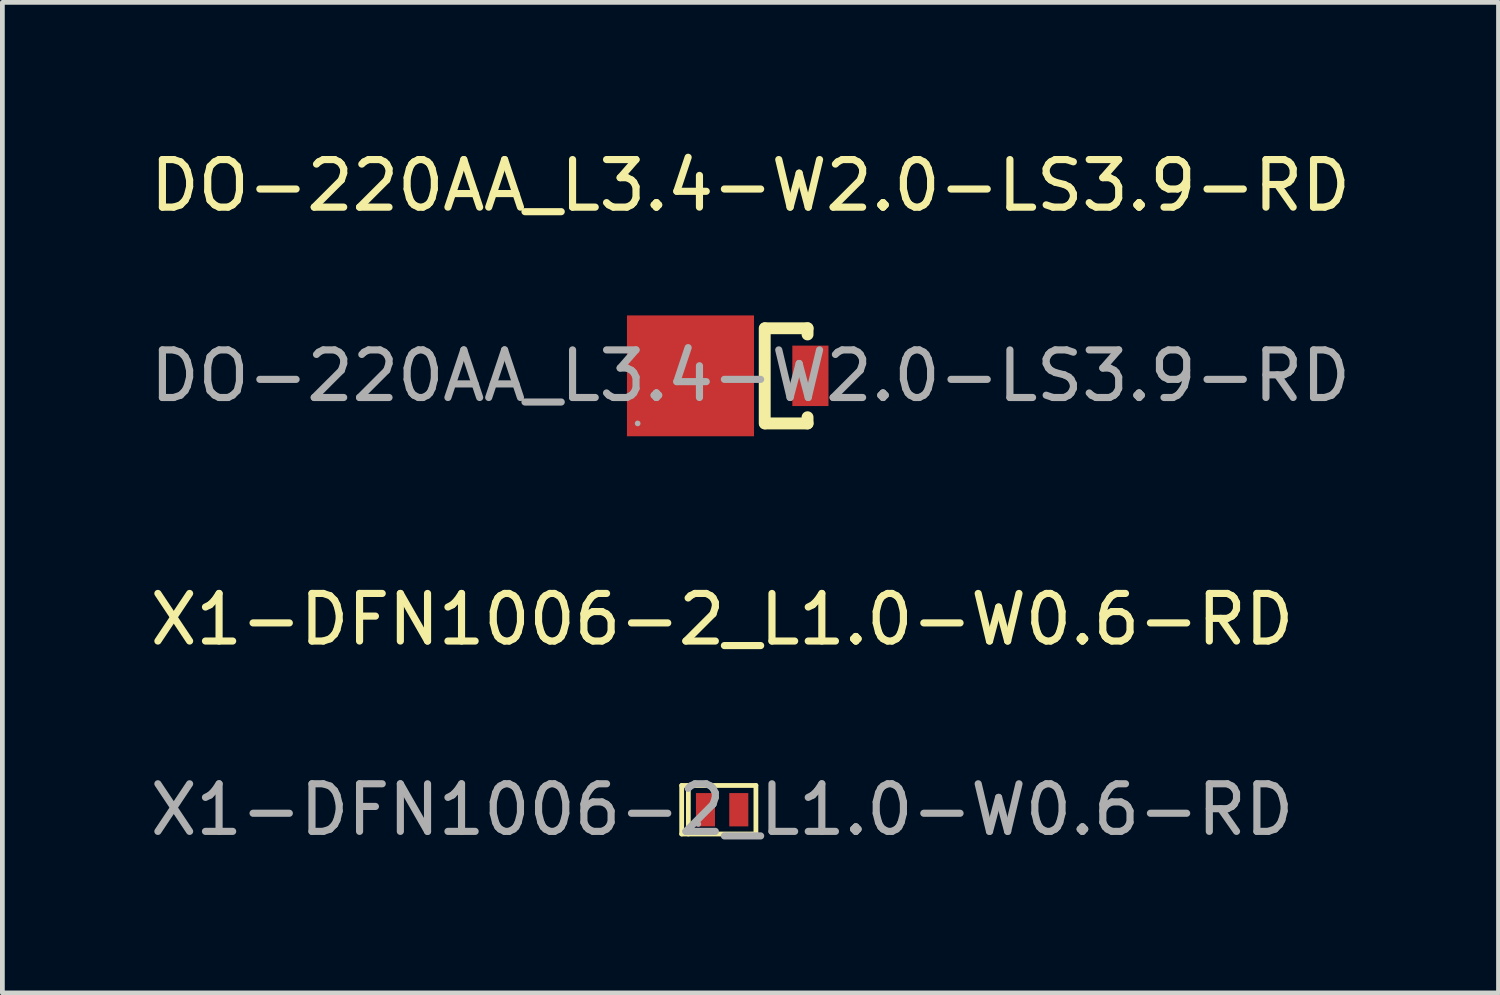
<source format=kicad_pcb>
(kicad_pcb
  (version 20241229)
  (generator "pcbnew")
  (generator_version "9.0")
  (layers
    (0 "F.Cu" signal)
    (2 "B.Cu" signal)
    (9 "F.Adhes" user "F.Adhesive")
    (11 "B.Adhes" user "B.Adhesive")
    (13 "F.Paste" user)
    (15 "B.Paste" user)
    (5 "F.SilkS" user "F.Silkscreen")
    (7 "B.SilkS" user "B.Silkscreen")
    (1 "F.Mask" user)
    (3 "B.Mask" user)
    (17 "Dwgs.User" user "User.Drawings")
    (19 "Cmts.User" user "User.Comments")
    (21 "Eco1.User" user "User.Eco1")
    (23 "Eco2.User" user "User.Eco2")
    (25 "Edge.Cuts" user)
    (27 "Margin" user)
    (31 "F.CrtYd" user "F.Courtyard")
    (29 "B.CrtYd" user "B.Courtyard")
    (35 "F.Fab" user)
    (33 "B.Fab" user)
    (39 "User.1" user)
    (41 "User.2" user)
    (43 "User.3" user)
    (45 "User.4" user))
  (footprint "X1-DFN1006-2_L1.0-W0.6-RD"
    (layer "F.Cu")
    (at 12.125 13.966)
    (property "Reference" "X1-DFN1006-2_L1.0-W0.6-RD" (at 0 -4 0) (layer "F.SilkS") (effects (font (size 1 1) (thickness 0.15))))
    (attr through_hole)
    (fp_line (start -0.85 -0.51) (end -0.85 0.51) (stroke (width 0.1) (type solid)) (layer "F.SilkS"))
    (fp_line (start -0.85 -0.51) (end 0.71 -0.51) (stroke (width 0.1) (type solid)) (layer "F.SilkS"))
    (fp_line (start -0.85 0.51) (end 0.71 0.51) (stroke (width 0.1) (type solid)) (layer "F.SilkS"))
    (fp_line (start -0.71 -0.51) (end -0.71 0.51) (stroke (width 0.1) (type solid)) (layer "F.SilkS"))
    (fp_line (start 0.71 -0.51) (end 0.71 0.51) (stroke (width 0.1) (type solid)) (layer "F.SilkS"))
    (fp_circle (center -0.5 0.3) (end -0.47 0.3) (stroke (width 0.06) (type solid)) (fill no) (layer "F.Fab"))
    (fp_text user "${REFERENCE}" (at 0 0 0) (layer "F.Fab") (effects (font (size 1 1) (thickness 0.15))))
    (pad "1" smd rect (at -0.35 0) (size 0.4 0.7) (layers "F.Cu" "F.Mask" "F.Paste"))
    (pad "2" smd rect (at 0.35 0) (size 0.4 0.7) (layers "F.Cu" "F.Mask" "F.Paste")))
  (footprint "DO-220AA_L3.4-W2.0-LS3.9-RD"
    (layer "F.Cu")
    (at 12.72 4.848)
    (property "Reference" "DO-220AA_L3.4-W2.0-LS3.9-RD" (at 0 -4 0) (layer "F.SilkS") (effects (font (size 1 1) (thickness 0.15))))
    (attr through_hole)
    (fp_line (start 0.3 -1) (end 0.3 1) (stroke (width 0.25) (type solid)) (layer "F.SilkS"))
    (fp_line (start 1.2 -1) (end 0.31 -1) (stroke (width 0.25) (type solid)) (layer "F.SilkS"))
    (fp_line (start 1.2 -1) (end 1.2 -0.87) (stroke (width 0.25) (type solid)) (layer "F.SilkS"))
    (fp_line (start 1.2 1) (end 0.31 1) (stroke (width 0.25) (type solid)) (layer "F.SilkS"))
    (fp_line (start 1.2 1) (end 1.2 0.87) (stroke (width 0.25) (type solid)) (layer "F.SilkS"))
    (fp_circle (center -2.37 1) (end -2.34 1) (stroke (width 0.06) (type solid)) (fill no) (layer "F.Fab"))
    (fp_text user "${REFERENCE}" (at 0 0 0) (layer "F.Fab") (effects (font (size 1 1) (thickness 0.15))))
    (pad "1" smd rect (at -1.26 0) (size 2.67 2.54) (layers "F.Cu" "F.Mask" "F.Paste"))
    (pad "2" smd rect (at 1.26 0) (size 0.76 1.27) (layers "F.Cu" "F.Mask" "F.Paste")))
  (gr_rect
    (start -3 -3)
    (end 28.44 17.815)
    (stroke (width 0.1) (type default))
    (fill no)
    (layer "Edge.Cuts")))
</source>
